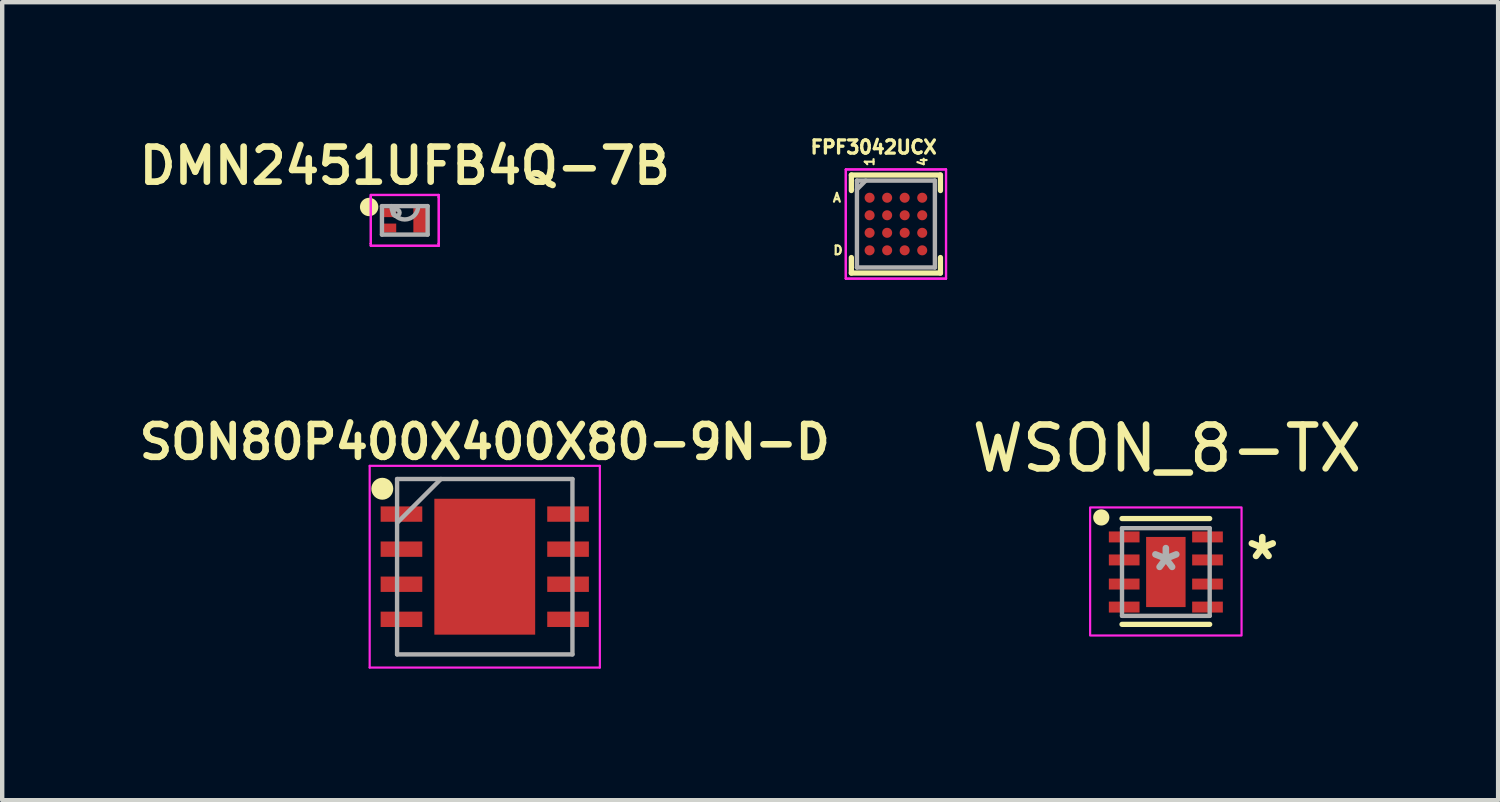
<source format=kicad_pcb>
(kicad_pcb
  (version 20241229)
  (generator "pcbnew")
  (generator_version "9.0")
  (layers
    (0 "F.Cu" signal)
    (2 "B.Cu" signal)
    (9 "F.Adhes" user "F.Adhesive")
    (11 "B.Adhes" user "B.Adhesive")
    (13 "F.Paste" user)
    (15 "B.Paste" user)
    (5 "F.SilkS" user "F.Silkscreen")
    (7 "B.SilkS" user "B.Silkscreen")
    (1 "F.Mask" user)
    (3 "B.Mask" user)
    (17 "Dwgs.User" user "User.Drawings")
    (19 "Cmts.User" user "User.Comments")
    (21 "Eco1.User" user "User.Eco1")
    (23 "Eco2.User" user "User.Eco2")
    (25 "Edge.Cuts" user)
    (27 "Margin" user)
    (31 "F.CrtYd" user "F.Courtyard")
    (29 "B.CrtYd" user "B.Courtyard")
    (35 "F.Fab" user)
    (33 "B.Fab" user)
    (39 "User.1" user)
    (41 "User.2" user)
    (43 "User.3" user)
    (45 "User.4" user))
  (footprint "FPF3042UCX"
    (layer "F.Cu")
    (at 17.385 2.06)
    (property "Reference" "FPF3042UCX" (at -0.508 -1.753 0) (layer "F.SilkS") (effects (font (size 0.3 0.3) (thickness 0.075))))
    (attr through_hole)
    (fp_line (start -1.016 -1.118) (end -1.016 -0.764) (stroke (width 0.12) (type solid)) (layer "F.SilkS"))
    (fp_line (start -1.016 0.764) (end -1.016 1.118) (stroke (width 0.12) (type solid)) (layer "F.SilkS"))
    (fp_line (start -1.016 1.118) (end 1.016 1.118) (stroke (width 0.12) (type solid)) (layer "F.SilkS"))
    (fp_line (start 1.016 -1.118) (end -1.016 -1.118) (stroke (width 0.12) (type solid)) (layer "F.SilkS"))
    (fp_line (start 1.016 -0.764) (end 1.016 -1.118) (stroke (width 0.12) (type solid)) (layer "F.SilkS"))
    (fp_line (start 1.016 1.118) (end 1.016 0.764) (stroke (width 0.12) (type solid)) (layer "F.SilkS"))
    (fp_line (start -1.143 -1.245) (end 1.143 -1.245) (stroke (width 0.05) (type solid)) (layer "F.CrtYd"))
    (fp_line (start -1.143 -1.245) (end 1.143 -1.245) (stroke (width 0.05) (type solid)) (layer "F.CrtYd"))
    (fp_line (start -1.143 1.245) (end -1.143 -1.245) (stroke (width 0.05) (type solid)) (layer "F.CrtYd"))
    (fp_line (start -1.143 1.245) (end -1.143 -1.245) (stroke (width 0.05) (type solid)) (layer "F.CrtYd"))
    (fp_line (start 1.143 -1.245) (end 1.143 1.245) (stroke (width 0.05) (type solid)) (layer "F.CrtYd"))
    (fp_line (start 1.143 -1.245) (end 1.143 1.245) (stroke (width 0.05) (type solid)) (layer "F.CrtYd"))
    (fp_line (start 1.143 1.245) (end -1.143 1.245) (stroke (width 0.05) (type solid)) (layer "F.CrtYd"))
    (fp_line (start 1.143 1.245) (end -1.143 1.245) (stroke (width 0.05) (type solid)) (layer "F.CrtYd"))
    (fp_line (start -0.889 -0.991) (end -0.889 0.991) (stroke (width 0.1) (type solid)) (layer "F.Fab"))
    (fp_line (start -0.889 0.991) (end 0.889 0.991) (stroke (width 0.1) (type solid)) (layer "F.Fab"))
    (fp_line (start -0.689 -0.991) (end -0.889 -0.791) (stroke (width 0.1) (type solid)) (layer "F.Fab"))
    (fp_line (start 0.889 -0.991) (end -0.889 -0.991) (stroke (width 0.1) (type solid)) (layer "F.Fab"))
    (fp_line (start 0.889 0.991) (end 0.889 -0.991) (stroke (width 0.1) (type solid)) (layer "F.Fab"))
    (fp_text user "A" (at -1.346 -0.6 0) (layer "F.SilkS") (effects (font (size 0.2 0.2) (thickness 0.05))))
    (fp_text user "1" (at -0.6 -1.422 90) (layer "F.SilkS") (effects (font (size 0.2 0.2) (thickness 0.05))))
    (fp_text user "D" (at -1.321 0.6 0) (layer "F.SilkS") (effects (font (size 0.2 0.2) (thickness 0.05))))
    (fp_text user "4" (at 0.61 -1.422 90) (layer "F.SilkS") (effects (font (size 0.2 0.2) (thickness 0.05))))
    (pad "A1" smd circle (at -0.6 -0.6) (size 0.229 0.229) (layers "F.Cu" "F.Mask" "F.Paste"))
    (pad "A2" smd circle (at -0.2 -0.6) (size 0.229 0.229) (layers "F.Cu" "F.Mask" "F.Paste"))
    (pad "A3" smd circle (at 0.2 -0.6) (size 0.229 0.229) (layers "F.Cu" "F.Mask" "F.Paste"))
    (pad "A4" smd circle (at 0.6 -0.6) (size 0.229 0.229) (layers "F.Cu" "F.Mask" "F.Paste"))
    (pad "B1" smd circle (at -0.6 -0.2) (size 0.229 0.229) (layers "F.Cu" "F.Mask" "F.Paste"))
    (pad "B2" smd circle (at -0.2 -0.2) (size 0.229 0.229) (layers "F.Cu" "F.Mask" "F.Paste"))
    (pad "B3" smd circle (at 0.2 -0.2) (size 0.229 0.229) (layers "F.Cu" "F.Mask" "F.Paste"))
    (pad "B4" smd circle (at 0.6 -0.2) (size 0.229 0.229) (layers "F.Cu" "F.Mask" "F.Paste"))
    (pad "C1" smd circle (at -0.6 0.2) (size 0.229 0.229) (layers "F.Cu" "F.Mask" "F.Paste"))
    (pad "C2" smd circle (at -0.2 0.2) (size 0.229 0.229) (layers "F.Cu" "F.Mask" "F.Paste"))
    (pad "C3" smd circle (at 0.2 0.2) (size 0.229 0.229) (layers "F.Cu" "F.Mask" "F.Paste"))
    (pad "C4" smd circle (at 0.6 0.2) (size 0.229 0.229) (layers "F.Cu" "F.Mask" "F.Paste"))
    (pad "D1" smd circle (at -0.6 0.6) (size 0.229 0.229) (layers "F.Cu" "F.Mask" "F.Paste"))
    (pad "D2" smd circle (at -0.2 0.6) (size 0.229 0.229) (layers "F.Cu" "F.Mask" "F.Paste"))
    (pad "D3" smd circle (at 0.2 0.6) (size 0.229 0.229) (layers "F.Cu" "F.Mask" "F.Paste"))
    (pad "D4" smd circle (at 0.6 0.6) (size 0.229 0.229) (layers "F.Cu" "F.Mask" "F.Paste")))
  (footprint "SON80P400X400X80-9N-D"
    (layer "F.Cu")
    (at 8.007 9.876)
    (property "Reference" "SON80P400X400X80-9N-D" (at 0 -2.845 0) (layer "F.SilkS") (effects (font (size 0.75 0.75) (thickness 0.15))))
    (attr smd)
    (fp_circle (center -2.337 -1.778) (end -2.337 -1.653) (stroke (width 0.25) (type solid)) (fill no) (layer "F.SilkS"))
    (fp_line (start -2.625 -2.3) (end 2.625 -2.3) (stroke (width 0.05) (type solid)) (layer "F.CrtYd"))
    (fp_line (start -2.625 2.3) (end -2.625 -2.3) (stroke (width 0.05) (type solid)) (layer "F.CrtYd"))
    (fp_line (start 2.625 -2.3) (end 2.625 2.3) (stroke (width 0.05) (type solid)) (layer "F.CrtYd"))
    (fp_line (start 2.625 2.3) (end -2.625 2.3) (stroke (width 0.05) (type solid)) (layer "F.CrtYd"))
    (fp_line (start -2 -2) (end 2 -2) (stroke (width 0.1) (type solid)) (layer "F.Fab"))
    (fp_line (start -2 -1) (end -1 -2) (stroke (width 0.1) (type solid)) (layer "F.Fab"))
    (fp_line (start -2 2) (end -2 -2) (stroke (width 0.1) (type solid)) (layer "F.Fab"))
    (fp_line (start 2 -2) (end 2 2) (stroke (width 0.1) (type solid)) (layer "F.Fab"))
    (fp_line (start 2 2) (end -2 2) (stroke (width 0.1) (type solid)) (layer "F.Fab"))
    (pad "1" smd rect (at -1.9 -1.2 90) (size 0.35 0.95) (layers "F.Cu" "F.Mask" "F.Paste"))
    (pad "2" smd rect (at -1.9 -0.4 90) (size 0.35 0.95) (layers "F.Cu" "F.Mask" "F.Paste"))
    (pad "3" smd rect (at -1.9 0.4 90) (size 0.35 0.95) (layers "F.Cu" "F.Mask" "F.Paste"))
    (pad "4" smd rect (at -1.9 1.2 90) (size 0.35 0.95) (layers "F.Cu" "F.Mask" "F.Paste"))
    (pad "5" smd rect (at 1.9 1.2 90) (size 0.35 0.95) (layers "F.Cu" "F.Mask" "F.Paste"))
    (pad "6" smd rect (at 1.9 0.4 90) (size 0.35 0.95) (layers "F.Cu" "F.Mask" "F.Paste"))
    (pad "7" smd rect (at 1.9 -0.4 90) (size 0.35 0.95) (layers "F.Cu" "F.Mask" "F.Paste"))
    (pad "8" smd rect (at 1.9 -1.2 90) (size 0.35 0.95) (layers "F.Cu" "F.Mask" "F.Paste"))
    (pad "9" smd rect (at 0 0) (size 2.3 3.1) (layers "F.Cu" "F.Mask" "F.Paste")))
  (footprint "DMN2451UFB4Q-7B"
    (layer "F.Cu")
    (at 6.183 1.976)
    (property "Reference" "DMN2451UFB4Q-7B" (at 0 -1.245 0) (layer "F.SilkS") (effects (font (size 0.8 0.8) (thickness 0.15))))
    (attr through_hole)
    (fp_circle (center -0.813 -0.305) (end -0.663 -0.305) (stroke (width 0.12) (type solid)) (fill yes) (layer "F.SilkS"))
    (fp_line (start -0.775 -0.579) (end 0.775 -0.579) (stroke (width 0.05) (type solid)) (layer "F.CrtYd"))
    (fp_line (start -0.775 -0.579) (end 0.775 -0.579) (stroke (width 0.05) (type solid)) (layer "F.CrtYd"))
    (fp_line (start -0.775 -0.531) (end -0.775 -0.579) (stroke (width 0.05) (type solid)) (layer "F.CrtYd"))
    (fp_line (start -0.775 -0.531) (end -0.775 -0.579) (stroke (width 0.05) (type solid)) (layer "F.CrtYd"))
    (fp_line (start -0.775 -0.531) (end -0.775 -0.531) (stroke (width 0.05) (type solid)) (layer "F.CrtYd"))
    (fp_line (start -0.775 -0.531) (end -0.775 -0.531) (stroke (width 0.05) (type solid)) (layer "F.CrtYd"))
    (fp_line (start -0.775 0.531) (end -0.775 -0.531) (stroke (width 0.05) (type solid)) (layer "F.CrtYd"))
    (fp_line (start -0.775 0.531) (end -0.775 -0.531) (stroke (width 0.05) (type solid)) (layer "F.CrtYd"))
    (fp_line (start -0.775 0.531) (end -0.775 0.531) (stroke (width 0.05) (type solid)) (layer "F.CrtYd"))
    (fp_line (start -0.775 0.531) (end -0.775 0.531) (stroke (width 0.05) (type solid)) (layer "F.CrtYd"))
    (fp_line (start -0.775 0.579) (end -0.775 0.531) (stroke (width 0.05) (type solid)) (layer "F.CrtYd"))
    (fp_line (start -0.775 0.579) (end -0.775 0.531) (stroke (width 0.05) (type solid)) (layer "F.CrtYd"))
    (fp_line (start 0.775 -0.579) (end 0.775 -0.531) (stroke (width 0.05) (type solid)) (layer "F.CrtYd"))
    (fp_line (start 0.775 -0.579) (end 0.775 -0.531) (stroke (width 0.05) (type solid)) (layer "F.CrtYd"))
    (fp_line (start 0.775 -0.531) (end 0.775 -0.531) (stroke (width 0.05) (type solid)) (layer "F.CrtYd"))
    (fp_line (start 0.775 -0.531) (end 0.775 -0.531) (stroke (width 0.05) (type solid)) (layer "F.CrtYd"))
    (fp_line (start 0.775 -0.531) (end 0.775 0.531) (stroke (width 0.05) (type solid)) (layer "F.CrtYd"))
    (fp_line (start 0.775 -0.531) (end 0.775 0.531) (stroke (width 0.05) (type solid)) (layer "F.CrtYd"))
    (fp_line (start 0.775 0.531) (end 0.775 0.531) (stroke (width 0.05) (type solid)) (layer "F.CrtYd"))
    (fp_line (start 0.775 0.531) (end 0.775 0.531) (stroke (width 0.05) (type solid)) (layer "F.CrtYd"))
    (fp_line (start 0.775 0.531) (end 0.775 0.579) (stroke (width 0.05) (type solid)) (layer "F.CrtYd"))
    (fp_line (start 0.775 0.531) (end 0.775 0.579) (stroke (width 0.05) (type solid)) (layer "F.CrtYd"))
    (fp_line (start 0.775 0.579) (end -0.775 0.579) (stroke (width 0.05) (type solid)) (layer "F.CrtYd"))
    (fp_line (start 0.775 0.579) (end -0.775 0.579) (stroke (width 0.05) (type solid)) (layer "F.CrtYd"))
    (fp_line (start -0.521 -0.325) (end -0.521 0.325) (stroke (width 0.1) (type solid)) (layer "F.Fab"))
    (fp_line (start -0.521 0.325) (end 0.521 0.325) (stroke (width 0.1) (type solid)) (layer "F.Fab"))
    (fp_line (start 0.521 -0.325) (end -0.521 -0.325) (stroke (width 0.1) (type solid)) (layer "F.Fab"))
    (fp_line (start 0.521 0.325) (end 0.521 -0.325) (stroke (width 0.1) (type solid)) (layer "F.Fab"))
    (fp_arc (start 0.3048 -0.325) (mid 0 -0.0202) (end -0.3048 -0.325) (stroke (width 0.1) (type solid)) (layer "F.Fab"))
    (fp_circle (center -0.195 -0.175) (end -0.119 -0.175) (stroke (width 0.1) (type solid)) (fill no) (layer "F.Fab"))
    (pad "1" smd rect (at -0.348 -0.175) (size 0.305 0.203) (layers "F.Cu" "F.Mask" "F.Paste"))
    (pad "2" smd rect (at -0.348 0.175) (size 0.305 0.203) (layers "F.Cu" "F.Mask" "F.Paste"))
    (pad "3" smd rect (at 0.348 0.000001) (size 0.305 0.559) (layers "F.Cu" "F.Mask" "F.Paste")))
  (footprint "WSON_8-TX"
    (layer "F.Cu")
    (at 23.542 9.997)
    (property "Reference" "WSON_8-TX" (at 0.025 -2.819 0) (layer "F.SilkS") (effects (font (size 1 1) (thickness 0.15))))
    (attr through_hole)
    (fp_line (start -1 -1.219) (end 1 -1.219) (stroke (width 0.12) (type solid)) (layer "F.SilkS"))
    (fp_line (start -1 1.194) (end 1 1.194) (stroke (width 0.12) (type solid)) (layer "F.SilkS"))
    (fp_circle (center -1.473 -1.245) (end -1.348 -1.245) (stroke (width 0.12) (type solid)) (fill yes) (layer "F.SilkS"))
    (fp_poly (pts (xy -0.273 0.623) (xy 0.273 0.623) (xy 0.273 -0.623) (xy -0.273 -0.623)) (stroke (width 0.1) (type solid)) (fill yes) (layer "F.Paste"))
    (fp_rect (start -1.727 -1.473) (end 1.727 1.448) (stroke (width 0.05) (type solid)) (fill no) (layer "F.CrtYd"))
    (fp_line (start -1 -1) (end 1 -1) (stroke (width 0.1) (type solid)) (layer "F.Fab"))
    (fp_line (start -1 1) (end -1 -1) (stroke (width 0.1) (type solid)) (layer "F.Fab"))
    (fp_line (start -1 1) (end 1 1) (stroke (width 0.1) (type solid)) (layer "F.Fab"))
    (fp_line (start 1 1) (end 1 -1) (stroke (width 0.1) (type solid)) (layer "F.Fab"))
    (fp_text user "*" (at 2.2 -0.25 0) (unlocked yes) (layer "F.SilkS") (effects (font (size 1 1) (thickness 0.15))))
    (fp_text user "*" (at 0 0 0) (layer "F.Fab") (effects (font (size 1 1) (thickness 0.15))))
    (pad "1" smd rect (at -0.95 -0.8) (size 0.7 0.25) (layers "F.Cu" "F.Mask" "F.Paste"))
    (pad "2" smd rect (at -0.95 -0.275) (size 0.7 0.25) (layers "F.Cu" "F.Mask" "F.Paste"))
    (pad "3" smd rect (at -0.95 0.275) (size 0.7 0.25) (layers "F.Cu" "F.Mask" "F.Paste"))
    (pad "4" smd rect (at -0.95 0.8) (size 0.7 0.25) (layers "F.Cu" "F.Mask" "F.Paste"))
    (pad "5" smd rect (at 0.95 0.8) (size 0.7 0.25) (layers "F.Cu" "F.Mask" "F.Paste"))
    (pad "6" smd rect (at 0.95 0.275) (size 0.7 0.25) (layers "F.Cu" "F.Mask" "F.Paste"))
    (pad "7" smd rect (at 0.95 -0.275) (size 0.7 0.25) (layers "F.Cu" "F.Mask" "F.Paste"))
    (pad "8" smd rect (at 0.95 -0.8) (size 0.7 0.25) (layers "F.Cu" "F.Mask" "F.Paste"))
    (pad "9" smd rect (at 0 0) (size 0.9 1.6) (layers "F.Cu" "F.Mask")))
  (gr_rect
    (start -3 -3)
    (end 31.121 15.201)
    (stroke (width 0.1) (type default))
    (fill no)
    (layer "Edge.Cuts")))
</source>
